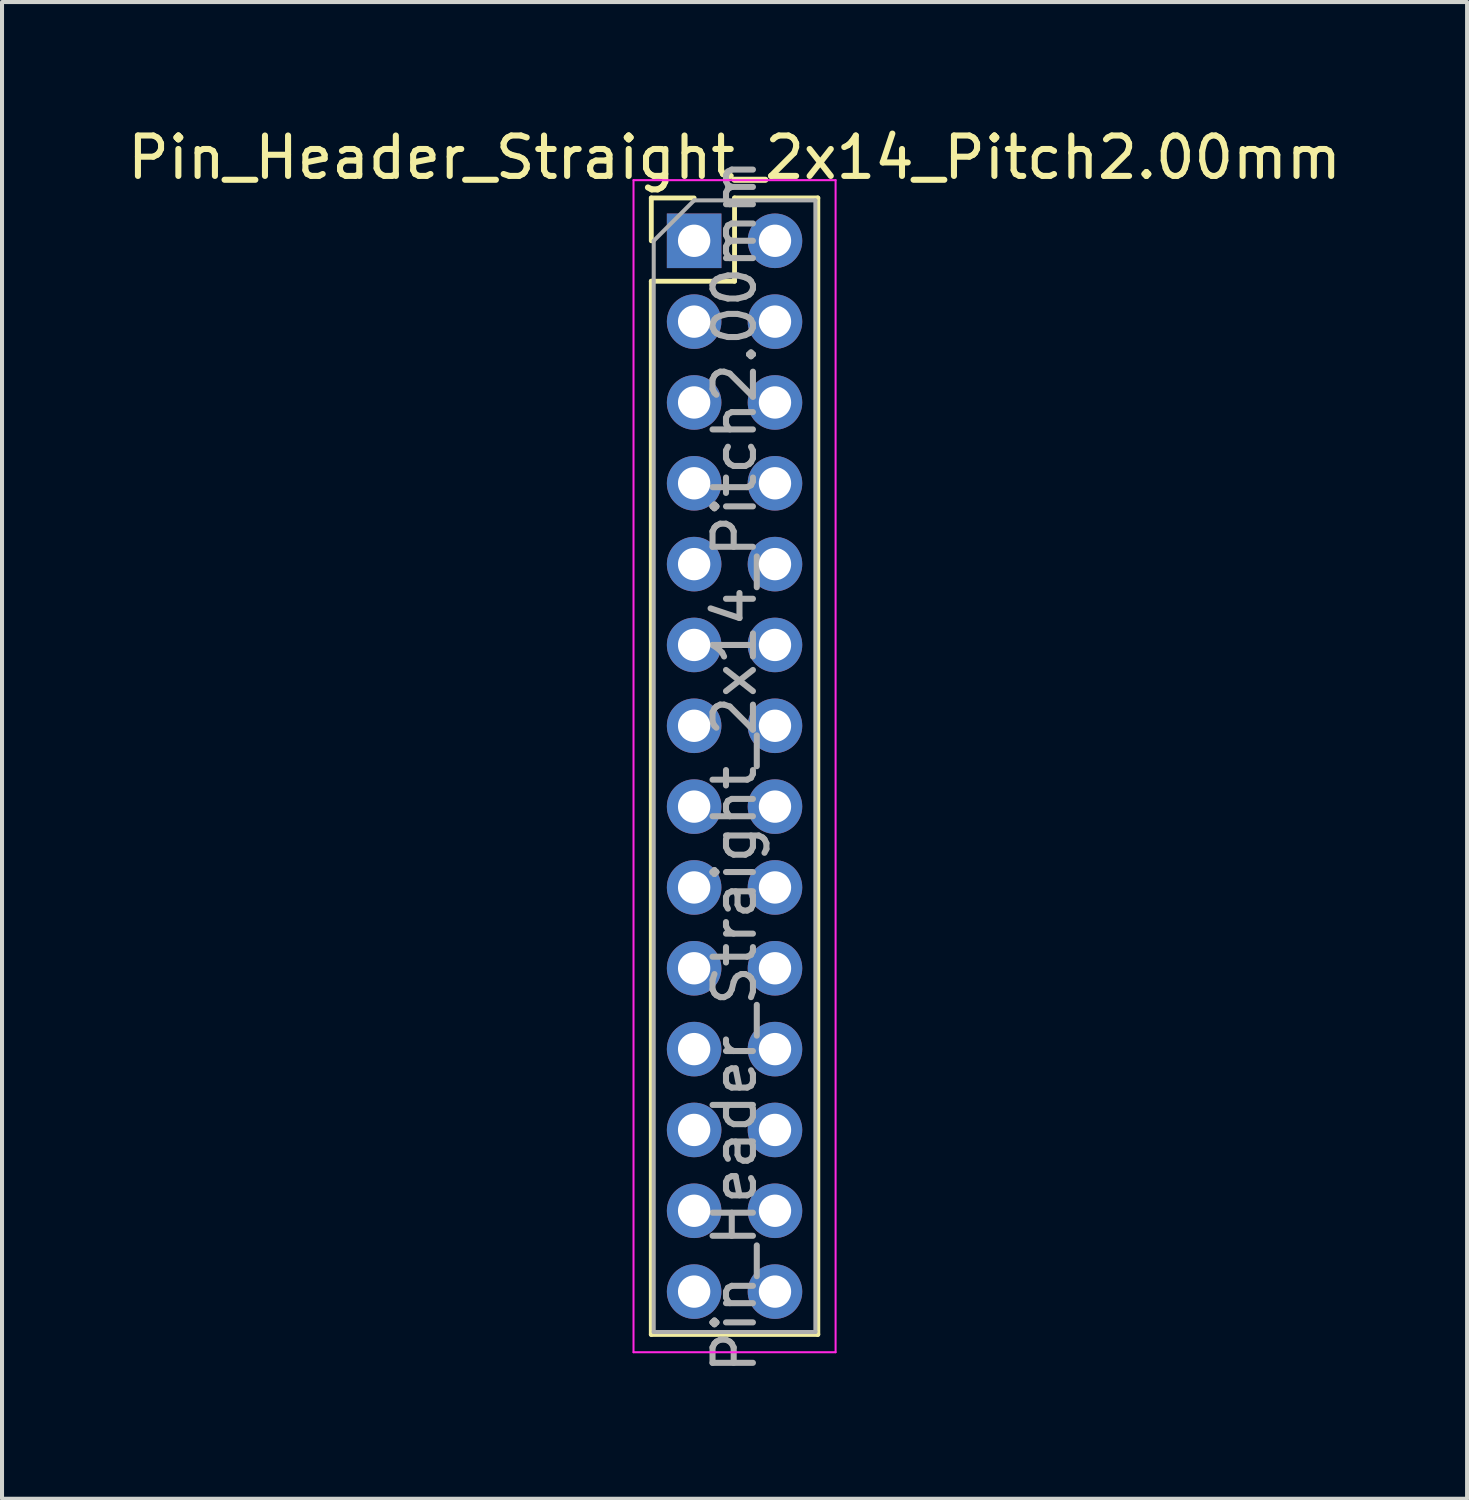
<source format=kicad_pcb>
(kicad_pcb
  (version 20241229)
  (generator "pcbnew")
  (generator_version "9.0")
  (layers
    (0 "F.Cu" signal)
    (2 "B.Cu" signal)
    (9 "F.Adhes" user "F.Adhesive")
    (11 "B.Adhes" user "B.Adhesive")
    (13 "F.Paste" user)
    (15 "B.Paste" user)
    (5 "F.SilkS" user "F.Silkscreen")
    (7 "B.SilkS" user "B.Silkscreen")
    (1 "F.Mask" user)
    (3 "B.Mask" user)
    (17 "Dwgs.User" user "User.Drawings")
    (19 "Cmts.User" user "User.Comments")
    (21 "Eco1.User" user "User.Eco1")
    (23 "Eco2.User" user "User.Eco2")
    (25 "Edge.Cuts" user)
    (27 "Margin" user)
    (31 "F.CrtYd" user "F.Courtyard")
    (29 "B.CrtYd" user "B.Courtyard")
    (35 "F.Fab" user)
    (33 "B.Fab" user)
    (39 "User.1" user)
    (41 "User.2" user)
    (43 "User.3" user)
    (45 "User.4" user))
  (footprint "Pin_Header_Straight_2x14_Pitch2.00mm"
    (layer "F.Cu")
    (at 14.125 2.908)
    (property "Reference" "Pin_Header_Straight_2x14_Pitch2.00mm" (at 1 -2.06 0) (layer "F.SilkS") (effects (font (size 1 1) (thickness 0.15))))
    (attr through_hole)
    (fp_line (start -1.06 -1.06) (end 0 -1.06) (stroke (width 0.12) (type solid)) (layer "F.SilkS"))
    (fp_line (start -1.06 0) (end -1.06 -1.06) (stroke (width 0.12) (type solid)) (layer "F.SilkS"))
    (fp_line (start -1.06 1) (end -1.06 27.06) (stroke (width 0.12) (type solid)) (layer "F.SilkS"))
    (fp_line (start -1.06 1) (end 1 1) (stroke (width 0.12) (type solid)) (layer "F.SilkS"))
    (fp_line (start -1.06 27.06) (end 3.06 27.06) (stroke (width 0.12) (type solid)) (layer "F.SilkS"))
    (fp_line (start 1 -1.06) (end 3.06 -1.06) (stroke (width 0.12) (type solid)) (layer "F.SilkS"))
    (fp_line (start 1 1) (end 1 -1.06) (stroke (width 0.12) (type solid)) (layer "F.SilkS"))
    (fp_line (start 3.06 -1.06) (end 3.06 27.06) (stroke (width 0.12) (type solid)) (layer "F.SilkS"))
    (fp_line (start -1.5 -1.5) (end -1.5 27.5) (stroke (width 0.05) (type solid)) (layer "F.CrtYd"))
    (fp_line (start -1.5 27.5) (end 3.5 27.5) (stroke (width 0.05) (type solid)) (layer "F.CrtYd"))
    (fp_line (start 3.5 -1.5) (end -1.5 -1.5) (stroke (width 0.05) (type solid)) (layer "F.CrtYd"))
    (fp_line (start 3.5 27.5) (end 3.5 -1.5) (stroke (width 0.05) (type solid)) (layer "F.CrtYd"))
    (fp_line (start -1 0) (end 0 -1) (stroke (width 0.1) (type solid)) (layer "F.Fab"))
    (fp_line (start -1 27) (end -1 0) (stroke (width 0.1) (type solid)) (layer "F.Fab"))
    (fp_line (start 0 -1) (end 3 -1) (stroke (width 0.1) (type solid)) (layer "F.Fab"))
    (fp_line (start 3 -1) (end 3 27) (stroke (width 0.1) (type solid)) (layer "F.Fab"))
    (fp_line (start 3 27) (end -1 27) (stroke (width 0.1) (type solid)) (layer "F.Fab"))
    (fp_text user "${REFERENCE}" (at 1 13 90) (layer "F.Fab") (effects (font (size 1 1) (thickness 0.15))))
    (pad "1" thru_hole rect (at 0 0) (size 1.35 1.35) (drill 0.8) (layers "*.Cu" "*.Mask"))
    (pad "2" thru_hole oval (at 2 0) (size 1.35 1.35) (drill 0.8) (layers "*.Cu" "*.Mask"))
    (pad "3" thru_hole oval (at 0 2) (size 1.35 1.35) (drill 0.8) (layers "*.Cu" "*.Mask"))
    (pad "4" thru_hole oval (at 2 2) (size 1.35 1.35) (drill 0.8) (layers "*.Cu" "*.Mask"))
    (pad "5" thru_hole oval (at 0 4) (size 1.35 1.35) (drill 0.8) (layers "*.Cu" "*.Mask"))
    (pad "6" thru_hole oval (at 2 4) (size 1.35 1.35) (drill 0.8) (layers "*.Cu" "*.Mask"))
    (pad "7" thru_hole oval (at 0 6) (size 1.35 1.35) (drill 0.8) (layers "*.Cu" "*.Mask"))
    (pad "8" thru_hole oval (at 2 6) (size 1.35 1.35) (drill 0.8) (layers "*.Cu" "*.Mask"))
    (pad "9" thru_hole oval (at 0 8) (size 1.35 1.35) (drill 0.8) (layers "*.Cu" "*.Mask"))
    (pad "10" thru_hole oval (at 2 8) (size 1.35 1.35) (drill 0.8) (layers "*.Cu" "*.Mask"))
    (pad "11" thru_hole oval (at 0 10) (size 1.35 1.35) (drill 0.8) (layers "*.Cu" "*.Mask"))
    (pad "12" thru_hole oval (at 2 10) (size 1.35 1.35) (drill 0.8) (layers "*.Cu" "*.Mask"))
    (pad "13" thru_hole oval (at 0 12) (size 1.35 1.35) (drill 0.8) (layers "*.Cu" "*.Mask"))
    (pad "14" thru_hole oval (at 2 12) (size 1.35 1.35) (drill 0.8) (layers "*.Cu" "*.Mask"))
    (pad "15" thru_hole oval (at 0 14) (size 1.35 1.35) (drill 0.8) (layers "*.Cu" "*.Mask"))
    (pad "16" thru_hole oval (at 2 14) (size 1.35 1.35) (drill 0.8) (layers "*.Cu" "*.Mask"))
    (pad "17" thru_hole oval (at 0 16) (size 1.35 1.35) (drill 0.8) (layers "*.Cu" "*.Mask"))
    (pad "18" thru_hole oval (at 2 16) (size 1.35 1.35) (drill 0.8) (layers "*.Cu" "*.Mask"))
    (pad "19" thru_hole oval (at 0 18) (size 1.35 1.35) (drill 0.8) (layers "*.Cu" "*.Mask"))
    (pad "20" thru_hole oval (at 2 18) (size 1.35 1.35) (drill 0.8) (layers "*.Cu" "*.Mask"))
    (pad "21" thru_hole oval (at 0 20) (size 1.35 1.35) (drill 0.8) (layers "*.Cu" "*.Mask"))
    (pad "22" thru_hole oval (at 2 20) (size 1.35 1.35) (drill 0.8) (layers "*.Cu" "*.Mask"))
    (pad "23" thru_hole oval (at 0 22) (size 1.35 1.35) (drill 0.8) (layers "*.Cu" "*.Mask"))
    (pad "24" thru_hole oval (at 2 22) (size 1.35 1.35) (drill 0.8) (layers "*.Cu" "*.Mask"))
    (pad "25" thru_hole oval (at 0 24) (size 1.35 1.35) (drill 0.8) (layers "*.Cu" "*.Mask"))
    (pad "26" thru_hole oval (at 2 24) (size 1.35 1.35) (drill 0.8) (layers "*.Cu" "*.Mask"))
    (pad "27" thru_hole oval (at 0 26) (size 1.35 1.35) (drill 0.8) (layers "*.Cu" "*.Mask"))
    (pad "28" thru_hole oval (at 2 26) (size 1.35 1.35) (drill 0.8) (layers "*.Cu" "*.Mask")))
  (gr_rect
    (start -3 -3)
    (end 33.25 34.033)
    (stroke (width 0.1) (type default))
    (fill no)
    (layer "Edge.Cuts")))
</source>
